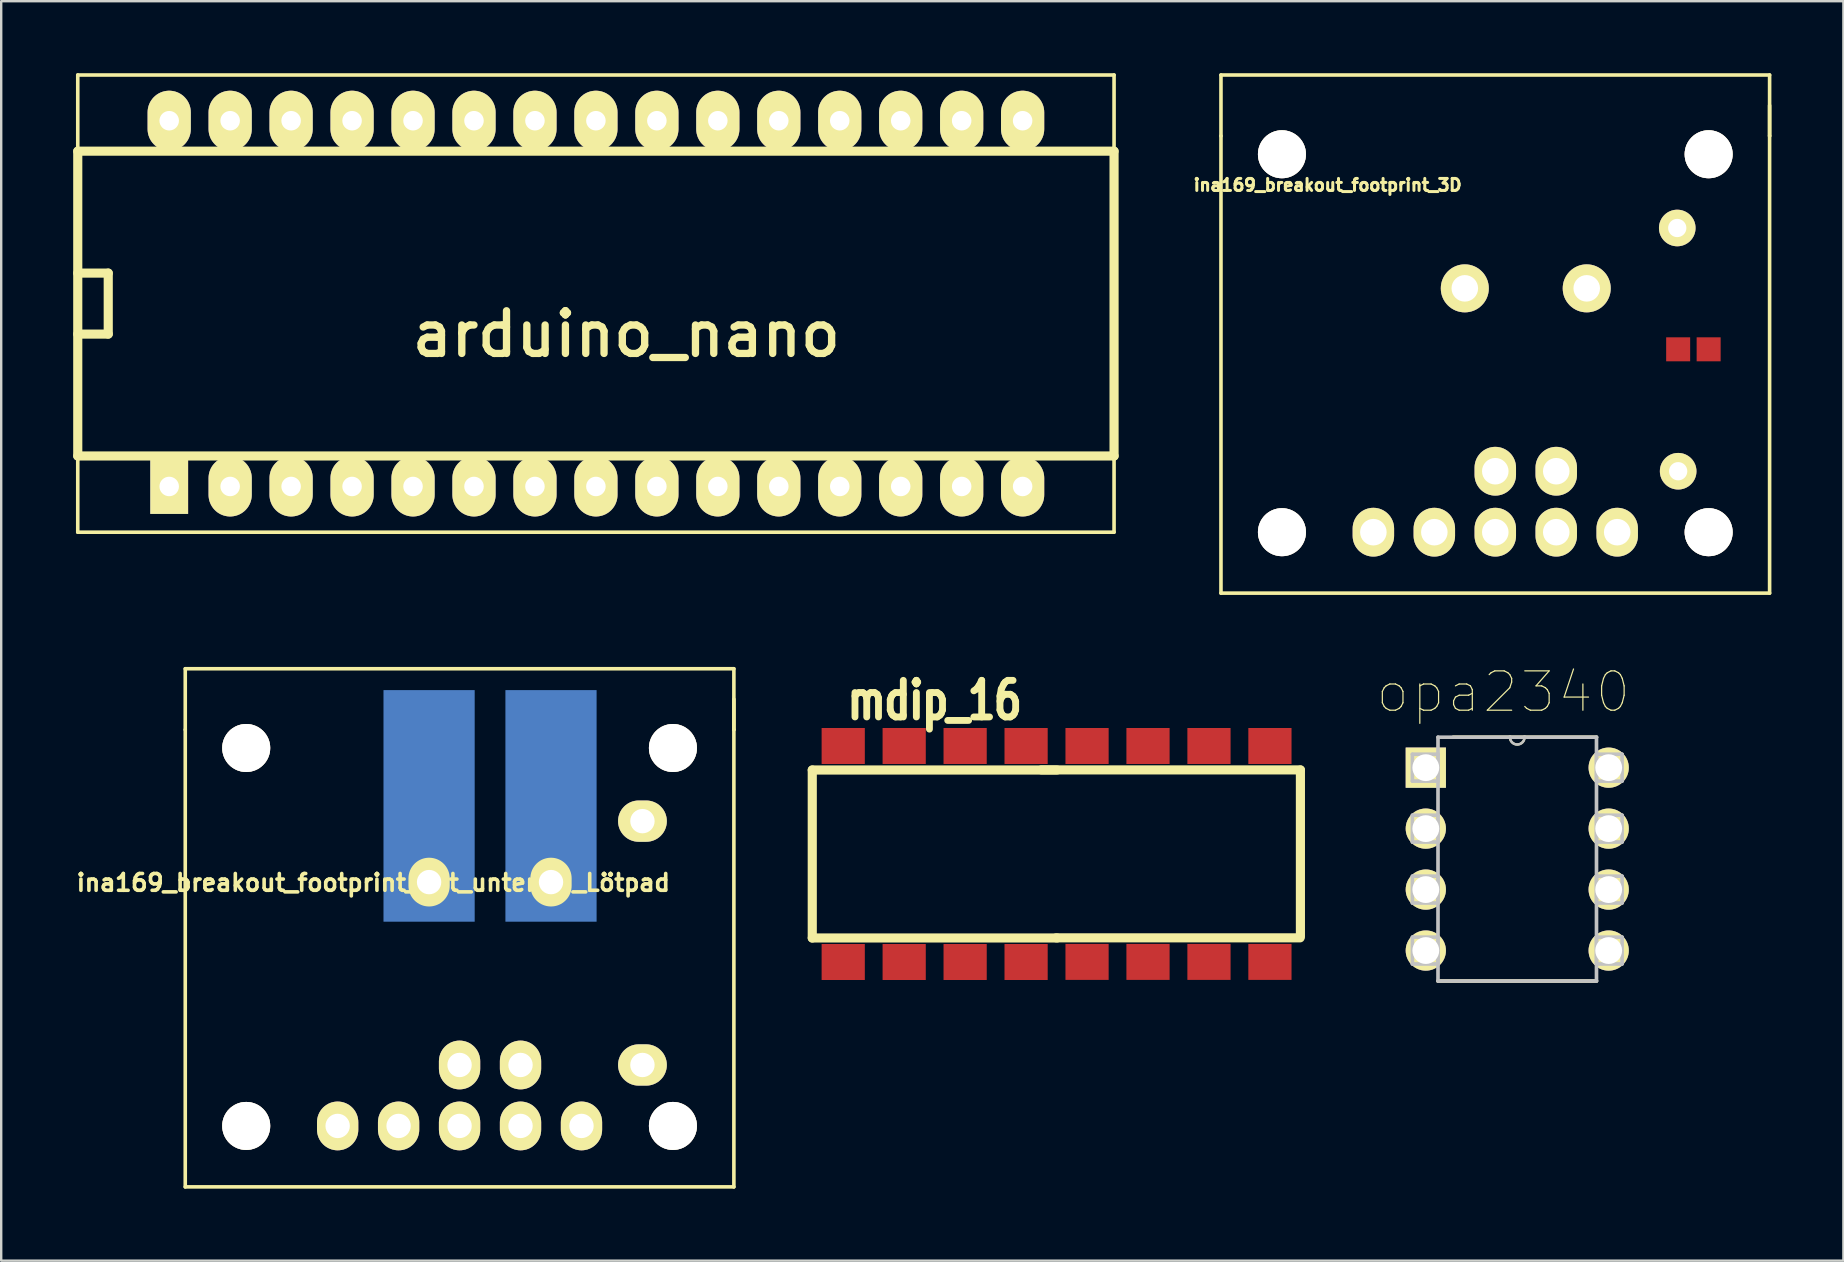
<source format=kicad_pcb>
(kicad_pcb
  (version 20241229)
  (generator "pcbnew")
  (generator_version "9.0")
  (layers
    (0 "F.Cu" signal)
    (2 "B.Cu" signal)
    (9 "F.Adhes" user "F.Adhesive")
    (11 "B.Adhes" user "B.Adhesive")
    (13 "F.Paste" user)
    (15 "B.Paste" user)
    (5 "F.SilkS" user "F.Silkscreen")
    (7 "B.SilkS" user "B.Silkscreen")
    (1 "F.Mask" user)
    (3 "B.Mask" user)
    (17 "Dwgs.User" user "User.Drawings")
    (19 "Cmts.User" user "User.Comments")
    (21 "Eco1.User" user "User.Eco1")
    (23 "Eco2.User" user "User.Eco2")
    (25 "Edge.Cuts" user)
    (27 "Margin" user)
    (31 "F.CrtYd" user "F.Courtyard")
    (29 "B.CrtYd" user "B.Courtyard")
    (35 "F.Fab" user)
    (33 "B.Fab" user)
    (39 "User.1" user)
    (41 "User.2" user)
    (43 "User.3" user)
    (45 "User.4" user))
  (footprint "arduino_nano"
    (layer "F.Cu")
    (at 23.05 9.6)
    (property "Reference" "arduino_nano" (at 0 1.27 180) (layer "F.SilkS") (effects (font (size 1.778 1.778) (thickness 0.305))))
    (attr through_hole)
    (fp_line (start -22.86 -9.525) (end -22.86 -6.35) (stroke (width 0.15) (type solid)) (layer "F.SilkS"))
    (fp_line (start -22.86 -6.35) (end 20.32 -6.35) (stroke (width 0.381) (type solid)) (layer "F.SilkS"))
    (fp_line (start -22.86 1.27) (end -21.59 1.27) (stroke (width 0.381) (type solid)) (layer "F.SilkS"))
    (fp_line (start -22.86 6.35) (end -22.86 -6.35) (stroke (width 0.381) (type solid)) (layer "F.SilkS"))
    (fp_line (start -22.86 9.525) (end -22.86 6.35) (stroke (width 0.15) (type solid)) (layer "F.SilkS"))
    (fp_line (start -21.59 -1.27) (end -22.86 -1.27) (stroke (width 0.381) (type solid)) (layer "F.SilkS"))
    (fp_line (start -21.59 1.27) (end -21.59 -1.27) (stroke (width 0.381) (type solid)) (layer "F.SilkS"))
    (fp_line (start 20.32 -9.525) (end -22.86 -9.525) (stroke (width 0.15) (type solid)) (layer "F.SilkS"))
    (fp_line (start 20.32 -6.35) (end 20.32 -9.525) (stroke (width 0.15) (type solid)) (layer "F.SilkS"))
    (fp_line (start 20.32 -6.35) (end 20.32 6.35) (stroke (width 0.381) (type solid)) (layer "F.SilkS"))
    (fp_line (start 20.32 6.35) (end -22.86 6.35) (stroke (width 0.381) (type solid)) (layer "F.SilkS"))
    (fp_line (start 20.32 6.35) (end 20.32 9.525) (stroke (width 0.15) (type solid)) (layer "F.SilkS"))
    (fp_line (start 20.32 9.525) (end -22.86 9.525) (stroke (width 0.15) (type solid)) (layer "F.SilkS"))
    (pad "3V3" thru_hole oval (at -16.51 7.62) (size 1.8 2.5) (drill 0.813) (layers "*.Cu" "*.Mask" "F.SilkS"))
    (pad "5V" thru_hole oval (at 8.89 7.62) (size 1.8 2.5) (drill 0.813) (layers "*.Cu" "*.Mask" "F.SilkS"))
    (pad "A0" thru_hole oval (at -11.43 7.62) (size 1.8 2.5) (drill 0.813) (layers "*.Cu" "*.Mask" "F.SilkS"))
    (pad "A1" thru_hole oval (at -8.89 7.62) (size 1.8 2.5) (drill 0.813) (layers "*.Cu" "*.Mask" "F.SilkS"))
    (pad "A2" thru_hole oval (at -6.35 7.62) (size 1.8 2.5) (drill 0.813) (layers "*.Cu" "*.Mask" "F.SilkS"))
    (pad "A3" thru_hole oval (at -3.81 7.62) (size 1.8 2.5) (drill 0.813) (layers "*.Cu" "*.Mask" "F.SilkS"))
    (pad "A4" thru_hole oval (at -1.27 7.62) (size 1.8 2.5) (drill 0.813) (layers "*.Cu" "*.Mask" "F.SilkS"))
    (pad "A5" thru_hole oval (at 1.27 7.62) (size 1.8 2.5) (drill 0.813) (layers "*.Cu" "*.Mask" "F.SilkS"))
    (pad "A6" thru_hole oval (at 3.81 7.62) (size 1.8 2.5) (drill 0.813) (layers "*.Cu" "*.Mask" "F.SilkS"))
    (pad "A7" thru_hole oval (at 6.35 7.62) (size 1.8 2.5) (drill 0.813) (layers "*.Cu" "*.Mask" "F.SilkS"))
    (pad "D2" thru_hole oval (at 6.35 -7.62) (size 1.8 2.5) (drill 0.813) (layers "*.Cu" "*.Mask" "F.SilkS"))
    (pad "D3" thru_hole oval (at 3.81 -7.62) (size 1.8 2.5) (drill 0.813) (layers "*.Cu" "*.Mask" "F.SilkS"))
    (pad "D4" thru_hole oval (at 1.27 -7.62) (size 1.8 2.5) (drill 0.813) (layers "*.Cu" "*.Mask" "F.SilkS"))
    (pad "D5" thru_hole oval (at -1.27 -7.62) (size 1.8 2.5) (drill 0.813) (layers "*.Cu" "*.Mask" "F.SilkS"))
    (pad "D6" thru_hole oval (at -3.81 -7.62) (size 1.8 2.5) (drill 0.813) (layers "*.Cu" "*.Mask" "F.SilkS"))
    (pad "D7" thru_hole oval (at -6.35 -7.62) (size 1.8 2.5) (drill 0.813) (layers "*.Cu" "*.Mask" "F.SilkS"))
    (pad "D8" thru_hole oval (at -8.89 -7.62) (size 1.8 2.5) (drill 0.813) (layers "*.Cu" "*.Mask" "F.SilkS"))
    (pad "D9" thru_hole oval (at -11.43 -7.62) (size 1.8 2.5) (drill 0.813) (layers "*.Cu" "*.Mask" "F.SilkS"))
    (pad "D10" thru_hole oval (at -13.97 -7.62) (size 1.8 2.5) (drill 0.813) (layers "*.Cu" "*.Mask" "F.SilkS"))
    (pad "D11" thru_hole oval (at -16.51 -7.62) (size 1.8 2.5) (drill 0.813) (layers "*.Cu" "*.Mask" "F.SilkS"))
    (pad "D12" thru_hole oval (at -19.05 -7.62) (size 1.8 2.5) (drill 0.813) (layers "*.Cu" "*.Mask" "F.SilkS"))
    (pad "D13" thru_hole rect (at -19.05 7.62) (size 1.575 2.286) (drill 0.813) (layers "*.Cu" "*.Mask" "F.SilkS"))
    (pad "GND0" thru_hole oval (at 8.89 -7.62) (size 1.8 2.5) (drill 0.813) (layers "*.Cu" "*.Mask" "F.SilkS"))
    (pad "GND1" thru_hole oval (at 13.97 7.62) (size 1.8 2.5) (drill 0.813) (layers "*.Cu" "*.Mask" "F.SilkS"))
    (pad "REF" thru_hole oval (at -13.97 7.62) (size 1.8 2.5) (drill 0.813) (layers "*.Cu" "*.Mask" "F.SilkS"))
    (pad "RST0" thru_hole oval (at 11.43 7.62) (size 1.8 2.5) (drill 0.813) (layers "*.Cu" "*.Mask" "F.SilkS"))
    (pad "RST1" thru_hole oval (at 11.43 -7.62) (size 1.8 2.5) (drill 0.813) (layers "*.Cu" "*.Mask" "F.SilkS"))
    (pad "RX0" thru_hole oval (at 13.97 -7.62) (size 1.8 2.5) (drill 0.813) (layers "*.Cu" "*.Mask" "F.SilkS"))
    (pad "TX1" thru_hole oval (at 16.51 -7.62) (size 1.8 2.5) (drill 0.813) (layers "*.Cu" "*.Mask" "F.SilkS"))
    (pad "VIN" thru_hole oval (at 16.51 7.62) (size 1.8 2.5) (drill 0.813) (layers "*.Cu" "*.Mask" "F.SilkS")))
  (footprint "ina169_breakout_footprint_mit_unterem_Lötpad"
    (layer "F.Cu")
    (at 16.099 36.245)
    (property "Reference" "ina169_breakout_footprint_mit_unterem_Lötpad" (at -3.594 -2.515 0) (layer "F.SilkS") (effects (font (size 0.7 0.7) (thickness 0.15))))
    (attr through_hole)
    (fp_line (start -11.43 -11.43) (end 11.43 -11.43) (stroke (width 0.15) (type solid)) (layer "F.SilkS"))
    (fp_line (start -11.43 -8.89) (end -11.43 -11.43) (stroke (width 0.15) (type solid)) (layer "F.SilkS"))
    (fp_line (start -11.43 -8.89) (end -11.43 10.16) (stroke (width 0.15) (type solid)) (layer "F.SilkS"))
    (fp_line (start 11.43 -11.43) (end 11.43 -8.89) (stroke (width 0.15) (type solid)) (layer "F.SilkS"))
    (fp_line (start 11.43 -8.89) (end 11.43 -10.16) (stroke (width 0.15) (type solid)) (layer "F.SilkS"))
    (fp_line (start 11.43 10.16) (end -11.43 10.16) (stroke (width 0.15) (type solid)) (layer "F.SilkS"))
    (fp_line (start 11.43 10.16) (end 11.43 -8.89) (stroke (width 0.15) (type solid)) (layer "F.SilkS"))
    (pad "" thru_hole circle (at -8.89 -8.128) (size 2 2) (drill 2) (layers "*.Cu" "*.Mask" "F.SilkS"))
    (pad "" thru_hole circle (at -8.89 7.62) (size 2 2) (drill 2) (layers "*.Cu" "*.Mask" "F.SilkS"))
    (pad "" thru_hole circle (at 8.89 -8.128) (size 2 2) (drill 2) (layers "*.Cu" "*.Mask" "F.SilkS"))
    (pad "" thru_hole circle (at 8.89 7.62) (size 2 2) (drill 2) (layers "*.Cu" "*.Mask" "F.SilkS"))
    (pad "1" thru_hole oval (at -5.08 7.62) (size 1.72 2.032) (drill 1.016) (layers "*.Cu" "*.Mask" "F.SilkS"))
    (pad "2" thru_hole oval (at -2.54 7.62) (size 1.72 2.032) (drill 1.016) (layers "*.Cu" "*.Mask" "F.SilkS"))
    (pad "2" thru_hole oval (at 7.62 -5.08) (size 2.032 1.72) (drill 1.016) (layers "*.Cu" "*.Mask" "F.SilkS"))
    (pad "3" connect rect (at -1.27 -5.715) (size 3.8 9.65) (layers "B.Cu" "B.Mask"))
    (pad "3" thru_hole oval (at -1.27 -2.54) (size 1.72 2.032) (drill 1.016) (layers "*.Cu" "*.Mask" "F.SilkS"))
    (pad "3" thru_hole oval (at 0 5.08) (size 1.72 2.032) (drill 1.016) (layers "*.Cu" "*.Mask" "F.SilkS"))
    (pad "3" thru_hole oval (at 0 7.62) (size 1.72 2.032) (drill 1.016) (layers "*.Cu" "*.Mask" "F.SilkS"))
    (pad "4" thru_hole oval (at 2.54 5.08) (size 1.72 2.032) (drill 1.016) (layers "*.Cu" "*.Mask" "F.SilkS"))
    (pad "4" thru_hole oval (at 2.54 7.62) (size 1.72 2.032) (drill 1.016) (layers "*.Cu" "*.Mask" "F.SilkS"))
    (pad "4" smd rect (at 3.81 -5.715) (size 3.8 9.65) (layers "B.Cu" "B.Mask"))
    (pad "4" thru_hole oval (at 3.81 -2.54) (size 1.72 2.032) (drill 1.016) (layers "*.Cu" "*.Mask" "F.SilkS"))
    (pad "5" thru_hole oval (at 5.08 7.62) (size 1.72 2.032) (drill 1.016) (layers "*.Cu" "*.Mask" "F.SilkS"))
    (pad "5" thru_hole oval (at 7.62 5.08) (size 2.032 1.72) (drill 1.016) (layers "*.Cu" "*.Mask" "F.SilkS")))
  (footprint "opa2340"
    (layer "F.Cu")
    (at 63.98 36.557)
    (property "Reference" "opa2340" (at -4.394 -10.77 0) (layer "F.SilkS") (effects (font (size 1.64 1.64) (thickness 0.05))))
    (attr through_hole)
    (fp_line (start -7.112 1.27) (end -0.508 1.27) (stroke (width 0.152) (type solid)) (layer "F.SilkS"))
    (fp_line (start -4.115 -8.89) (end -6.477 -8.89) (stroke (width 0.152) (type solid)) (layer "F.SilkS"))
    (fp_line (start -3.505 -8.89) (end -4.115 -8.89) (stroke (width 0.152) (type solid)) (layer "F.SilkS"))
    (fp_line (start -0.508 -8.89) (end -3.505 -8.89) (stroke (width 0.152) (type solid)) (layer "F.SilkS"))
    (fp_arc (start -3.5052 -8.89) (mid -3.81 -8.5852) (end -4.1148 -8.89) (stroke (width 0.1) (type solid)) (layer "F.SilkS"))
    (fp_line (start -8.179 -8.179) (end -8.179 -7.061) (stroke (width 0.152) (type solid)) (layer "Dwgs.User"))
    (fp_line (start -8.179 -7.061) (end -7.112 -7.061) (stroke (width 0.152) (type solid)) (layer "Dwgs.User"))
    (fp_line (start -8.179 -5.639) (end -8.179 -4.521) (stroke (width 0.152) (type solid)) (layer "Dwgs.User"))
    (fp_line (start -8.179 -4.521) (end -7.112 -4.521) (stroke (width 0.152) (type solid)) (layer "Dwgs.User"))
    (fp_line (start -8.179 -3.099) (end -8.179 -1.981) (stroke (width 0.152) (type solid)) (layer "Dwgs.User"))
    (fp_line (start -8.179 -1.981) (end -7.112 -1.981) (stroke (width 0.152) (type solid)) (layer "Dwgs.User"))
    (fp_line (start -8.179 -0.559) (end -8.179 0.559) (stroke (width 0.152) (type solid)) (layer "Dwgs.User"))
    (fp_line (start -8.179 0.559) (end -7.112 0.559) (stroke (width 0.152) (type solid)) (layer "Dwgs.User"))
    (fp_line (start -7.112 -8.89) (end -7.112 1.27) (stroke (width 0.152) (type solid)) (layer "Dwgs.User"))
    (fp_line (start -7.112 -8.179) (end -8.179 -8.179) (stroke (width 0.152) (type solid)) (layer "Dwgs.User"))
    (fp_line (start -7.112 -7.061) (end -7.112 -8.179) (stroke (width 0.152) (type solid)) (layer "Dwgs.User"))
    (fp_line (start -7.112 -5.639) (end -8.179 -5.639) (stroke (width 0.152) (type solid)) (layer "Dwgs.User"))
    (fp_line (start -7.112 -4.521) (end -7.112 -5.639) (stroke (width 0.152) (type solid)) (layer "Dwgs.User"))
    (fp_line (start -7.112 -3.099) (end -8.179 -3.099) (stroke (width 0.152) (type solid)) (layer "Dwgs.User"))
    (fp_line (start -7.112 -1.981) (end -7.112 -3.099) (stroke (width 0.152) (type solid)) (layer "Dwgs.User"))
    (fp_line (start -7.112 -0.559) (end -8.179 -0.559) (stroke (width 0.152) (type solid)) (layer "Dwgs.User"))
    (fp_line (start -7.112 0.559) (end -7.112 -0.559) (stroke (width 0.152) (type solid)) (layer "Dwgs.User"))
    (fp_line (start -7.112 1.27) (end -0.508 1.27) (stroke (width 0.152) (type solid)) (layer "Dwgs.User"))
    (fp_line (start -4.115 -8.89) (end -7.112 -8.89) (stroke (width 0.152) (type solid)) (layer "Dwgs.User"))
    (fp_line (start -3.505 -8.89) (end -4.115 -8.89) (stroke (width 0.152) (type solid)) (layer "Dwgs.User"))
    (fp_line (start -0.508 -8.89) (end -3.505 -8.89) (stroke (width 0.152) (type solid)) (layer "Dwgs.User"))
    (fp_line (start -0.508 -8.179) (end -0.508 -7.061) (stroke (width 0.152) (type solid)) (layer "Dwgs.User"))
    (fp_line (start -0.508 -7.061) (end 0.559 -7.061) (stroke (width 0.152) (type solid)) (layer "Dwgs.User"))
    (fp_line (start -0.508 -5.639) (end -0.508 -4.521) (stroke (width 0.152) (type solid)) (layer "Dwgs.User"))
    (fp_line (start -0.508 -4.521) (end 0.559 -4.521) (stroke (width 0.152) (type solid)) (layer "Dwgs.User"))
    (fp_line (start -0.508 -3.099) (end -0.508 -1.981) (stroke (width 0.152) (type solid)) (layer "Dwgs.User"))
    (fp_line (start -0.508 -1.981) (end 0.559 -1.981) (stroke (width 0.152) (type solid)) (layer "Dwgs.User"))
    (fp_line (start -0.508 -0.559) (end -0.508 0.559) (stroke (width 0.152) (type solid)) (layer "Dwgs.User"))
    (fp_line (start -0.508 0.559) (end 0.559 0.559) (stroke (width 0.152) (type solid)) (layer "Dwgs.User"))
    (fp_line (start -0.508 1.27) (end -0.508 -8.89) (stroke (width 0.152) (type solid)) (layer "Dwgs.User"))
    (fp_line (start 0.559 -8.179) (end -0.508 -8.179) (stroke (width 0.152) (type solid)) (layer "Dwgs.User"))
    (fp_line (start 0.559 -7.061) (end 0.559 -8.179) (stroke (width 0.152) (type solid)) (layer "Dwgs.User"))
    (fp_line (start 0.559 -5.639) (end -0.508 -5.639) (stroke (width 0.152) (type solid)) (layer "Dwgs.User"))
    (fp_line (start 0.559 -4.521) (end 0.559 -5.639) (stroke (width 0.152) (type solid)) (layer "Dwgs.User"))
    (fp_line (start 0.559 -3.099) (end -0.508 -3.099) (stroke (width 0.152) (type solid)) (layer "Dwgs.User"))
    (fp_line (start 0.559 -1.981) (end 0.559 -3.099) (stroke (width 0.152) (type solid)) (layer "Dwgs.User"))
    (fp_line (start 0.559 -0.559) (end -0.508 -0.559) (stroke (width 0.152) (type solid)) (layer "Dwgs.User"))
    (fp_line (start 0.559 0.559) (end 0.559 -0.559) (stroke (width 0.152) (type solid)) (layer "Dwgs.User"))
    (fp_arc (start -3.5052 -8.89) (mid -3.81 -8.5852) (end -4.1148 -8.89) (stroke (width 0.1) (type solid)) (layer "Dwgs.User"))
    (pad "1" thru_hole rect (at -7.62 -7.62) (size 1.676 1.676) (drill 1.118) (layers "*.Cu" "*.Mask" "F.SilkS"))
    (pad "2" thru_hole circle (at -7.62 -5.08) (size 1.676 1.676) (drill 1.118) (layers "*.Cu" "*.Mask" "F.SilkS"))
    (pad "3" thru_hole circle (at -7.62 -2.54) (size 1.676 1.676) (drill 1.118) (layers "*.Cu" "*.Mask" "F.SilkS"))
    (pad "4" thru_hole circle (at -7.62 0) (size 1.676 1.676) (drill 1.118) (layers "*.Cu" "*.Mask" "F.SilkS"))
    (pad "5" thru_hole circle (at 0 0) (size 1.676 1.676) (drill 1.118) (layers "*.Cu" "*.Mask" "F.SilkS"))
    (pad "6" thru_hole circle (at 0 -2.54) (size 1.676 1.676) (drill 1.118) (layers "*.Cu" "*.Mask" "F.SilkS"))
    (pad "7" thru_hole circle (at 0 -5.08) (size 1.676 1.676) (drill 1.118) (layers "*.Cu" "*.Mask" "F.SilkS"))
    (pad "8" thru_hole circle (at 0 -7.62) (size 1.676 1.676) (drill 1.118) (layers "*.Cu" "*.Mask" "F.SilkS")))
  (footprint "ina169_breakout_footprint_3D"
    (layer "F.Cu")
    (at 59.255 11.505)
    (property "Reference" "ina169_breakout_footprint_3D" (at -6.985 -6.845 0) (layer "F.SilkS") (effects (font (size 0.5 0.5) (thickness 0.125))))
    (attr through_hole)
    (fp_line (start -11.43 -11.43) (end 11.43 -11.43) (stroke (width 0.15) (type solid)) (layer "F.SilkS"))
    (fp_line (start -11.43 -8.89) (end -11.43 -11.43) (stroke (width 0.15) (type solid)) (layer "F.SilkS"))
    (fp_line (start -11.43 -8.89) (end -11.43 10.16) (stroke (width 0.15) (type solid)) (layer "F.SilkS"))
    (fp_line (start 11.43 -11.43) (end 11.43 -8.89) (stroke (width 0.15) (type solid)) (layer "F.SilkS"))
    (fp_line (start 11.43 -8.89) (end 11.43 -10.16) (stroke (width 0.15) (type solid)) (layer "F.SilkS"))
    (fp_line (start 11.43 10.16) (end -11.43 10.16) (stroke (width 0.15) (type solid)) (layer "F.SilkS"))
    (fp_line (start 11.43 10.16) (end 11.43 -8.89) (stroke (width 0.15) (type solid)) (layer "F.SilkS"))
    (pad "" thru_hole circle (at -8.89 -8.128) (size 2 2) (drill 2) (layers "*.Cu" "*.Mask" "F.SilkS"))
    (pad "" thru_hole circle (at -8.89 7.62) (size 2 2) (drill 2) (layers "*.Cu" "*.Mask" "F.SilkS"))
    (pad "" thru_hole circle (at 8.89 -8.128) (size 2 2) (drill 2) (layers "*.Cu" "*.Mask" "F.SilkS"))
    (pad "" thru_hole circle (at 8.89 7.62) (size 2 2) (drill 2) (layers "*.Cu" "*.Mask" "F.SilkS"))
    (pad "1" thru_hole oval (at -5.08 7.62) (size 1.727 2.032) (drill 1.106) (layers "*.Cu" "*.Mask" "F.SilkS"))
    (pad "2" thru_hole oval (at -2.54 7.62) (size 1.727 2.032) (drill 1.106) (layers "*.Cu" "*.Mask" "F.SilkS"))
    (pad "2" thru_hole circle (at 7.582 -5.055) (size 1.524 1.524) (drill 0.762) (layers "*.Cu" "*.Mask" "F.SilkS"))
    (pad "2" smd rect (at 8.89 0) (size 1 1) (layers "F.Cu" "F.Mask" "F.Paste"))
    (pad "3" thru_hole circle (at -1.27 -2.54) (size 2 2) (drill 1.106) (layers "*.Cu" "*.Mask" "F.SilkS"))
    (pad "3" thru_hole oval (at 0 5.08) (size 1.727 2.032) (drill 1.106) (layers "*.Cu" "*.Mask" "F.SilkS"))
    (pad "3" thru_hole oval (at 0 7.62) (size 1.727 2.032) (drill 1.106) (layers "*.Cu" "*.Mask" "F.SilkS"))
    (pad "4" thru_hole oval (at 2.54 5.08) (size 1.727 2.032) (drill 1.106) (layers "*.Cu" "*.Mask" "F.SilkS"))
    (pad "4" thru_hole oval (at 2.54 7.62) (size 1.727 2.032) (drill 1.106) (layers "*.Cu" "*.Mask" "F.SilkS"))
    (pad "4" thru_hole circle (at 3.81 -2.54) (size 2 2) (drill 1.106) (layers "*.Cu" "*.Mask" "F.SilkS"))
    (pad "5" thru_hole oval (at 5.08 7.62) (size 1.727 2.032) (drill 1.106) (layers "*.Cu" "*.Mask" "F.SilkS"))
    (pad "5" thru_hole circle (at 7.62 5.08) (size 1.524 1.524) (drill 0.762) (layers "*.Cu" "*.Mask" "F.SilkS"))
    (pad "6" smd rect (at 7.62 0) (size 1 1) (layers "F.Cu" "F.Mask" "F.Paste")))
  (footprint "mdip_16"
    (layer "F.Cu")
    (at 35.895 32.534)
    (property "Reference" "mdip_16" (at 0 -6.401 0) (layer "F.SilkS") (effects (font (size 1.524 1.143) (thickness 0.287))))
    (attr through_hole)
    (fp_line (start -5.1 -3.5) (end -5.1 3.5) (stroke (width 0.381) (type solid)) (layer "F.SilkS"))
    (fp_line (start -5.1 3.5) (end 5.1 3.5) (stroke (width 0.381) (type solid)) (layer "F.SilkS"))
    (fp_line (start 4.445 -3.505) (end 15.24 -3.505) (stroke (width 0.381) (type solid)) (layer "F.SilkS"))
    (fp_line (start 5.1 -3.5) (end -5.1 -3.5) (stroke (width 0.381) (type solid)) (layer "F.SilkS"))
    (fp_line (start 15.227 3.493) (end 5.067 3.493) (stroke (width 0.381) (type solid)) (layer "F.SilkS"))
    (fp_line (start 15.24 -3.5) (end 15.24 3.429) (stroke (width 0.381) (type solid)) (layer "F.SilkS"))
    (pad "1" smd rect (at -3.81 4.5) (size 1.8 1.5) (layers "F.Cu" "F.Mask" "F.Paste"))
    (pad "2" smd rect (at -1.27 4.5) (size 1.8 1.5) (layers "F.Cu" "F.Mask" "F.Paste"))
    (pad "3" smd rect (at 1.27 4.5) (size 1.8 1.5) (layers "F.Cu" "F.Mask" "F.Paste"))
    (pad "4" smd rect (at 3.81 4.5) (size 1.8 1.5) (layers "F.Cu" "F.Mask" "F.Paste"))
    (pad "5" smd rect (at 6.35 4.496) (size 1.8 1.5) (layers "F.Cu" "F.Mask" "F.Paste"))
    (pad "6" smd rect (at 8.89 4.496) (size 1.8 1.5) (layers "F.Cu" "F.Mask" "F.Paste"))
    (pad "7" smd rect (at 11.43 4.496) (size 1.8 1.5) (layers "F.Cu" "F.Mask" "F.Paste"))
    (pad "8" smd rect (at 13.97 4.496) (size 1.8 1.5) (layers "F.Cu" "F.Mask" "F.Paste"))
    (pad "9" smd rect (at -3.81 -4.5) (size 1.8 1.5) (layers "F.Cu" "F.Mask" "F.Paste"))
    (pad "10" smd rect (at -1.27 -4.5) (size 1.8 1.5) (layers "F.Cu" "F.Mask" "F.Paste"))
    (pad "11" smd rect (at 1.27 -4.5) (size 1.8 1.5) (layers "F.Cu" "F.Mask" "F.Paste"))
    (pad "12" smd rect (at 3.81 -4.5) (size 1.8 1.5) (layers "F.Cu" "F.Mask" "F.Paste"))
    (pad "13" smd rect (at 6.35 -4.5) (size 1.8 1.5) (layers "F.Cu" "F.Mask" "F.Paste"))
    (pad "14" smd rect (at 8.89 -4.5) (size 1.8 1.5) (layers "F.Cu" "F.Mask" "F.Paste"))
    (pad "15" smd rect (at 11.43 -4.5) (size 1.8 1.5) (layers "F.Cu" "F.Mask" "F.Paste"))
    (pad "16" smd rect (at 13.97 -4.5) (size 1.8 1.5) (layers "F.Cu" "F.Mask" "F.Paste")))
  (gr_rect
    (start -3 -3)
    (end 73.76 49.48)
    (stroke (width 0.1) (type default))
    (fill no)
    (layer "Edge.Cuts")))
</source>
